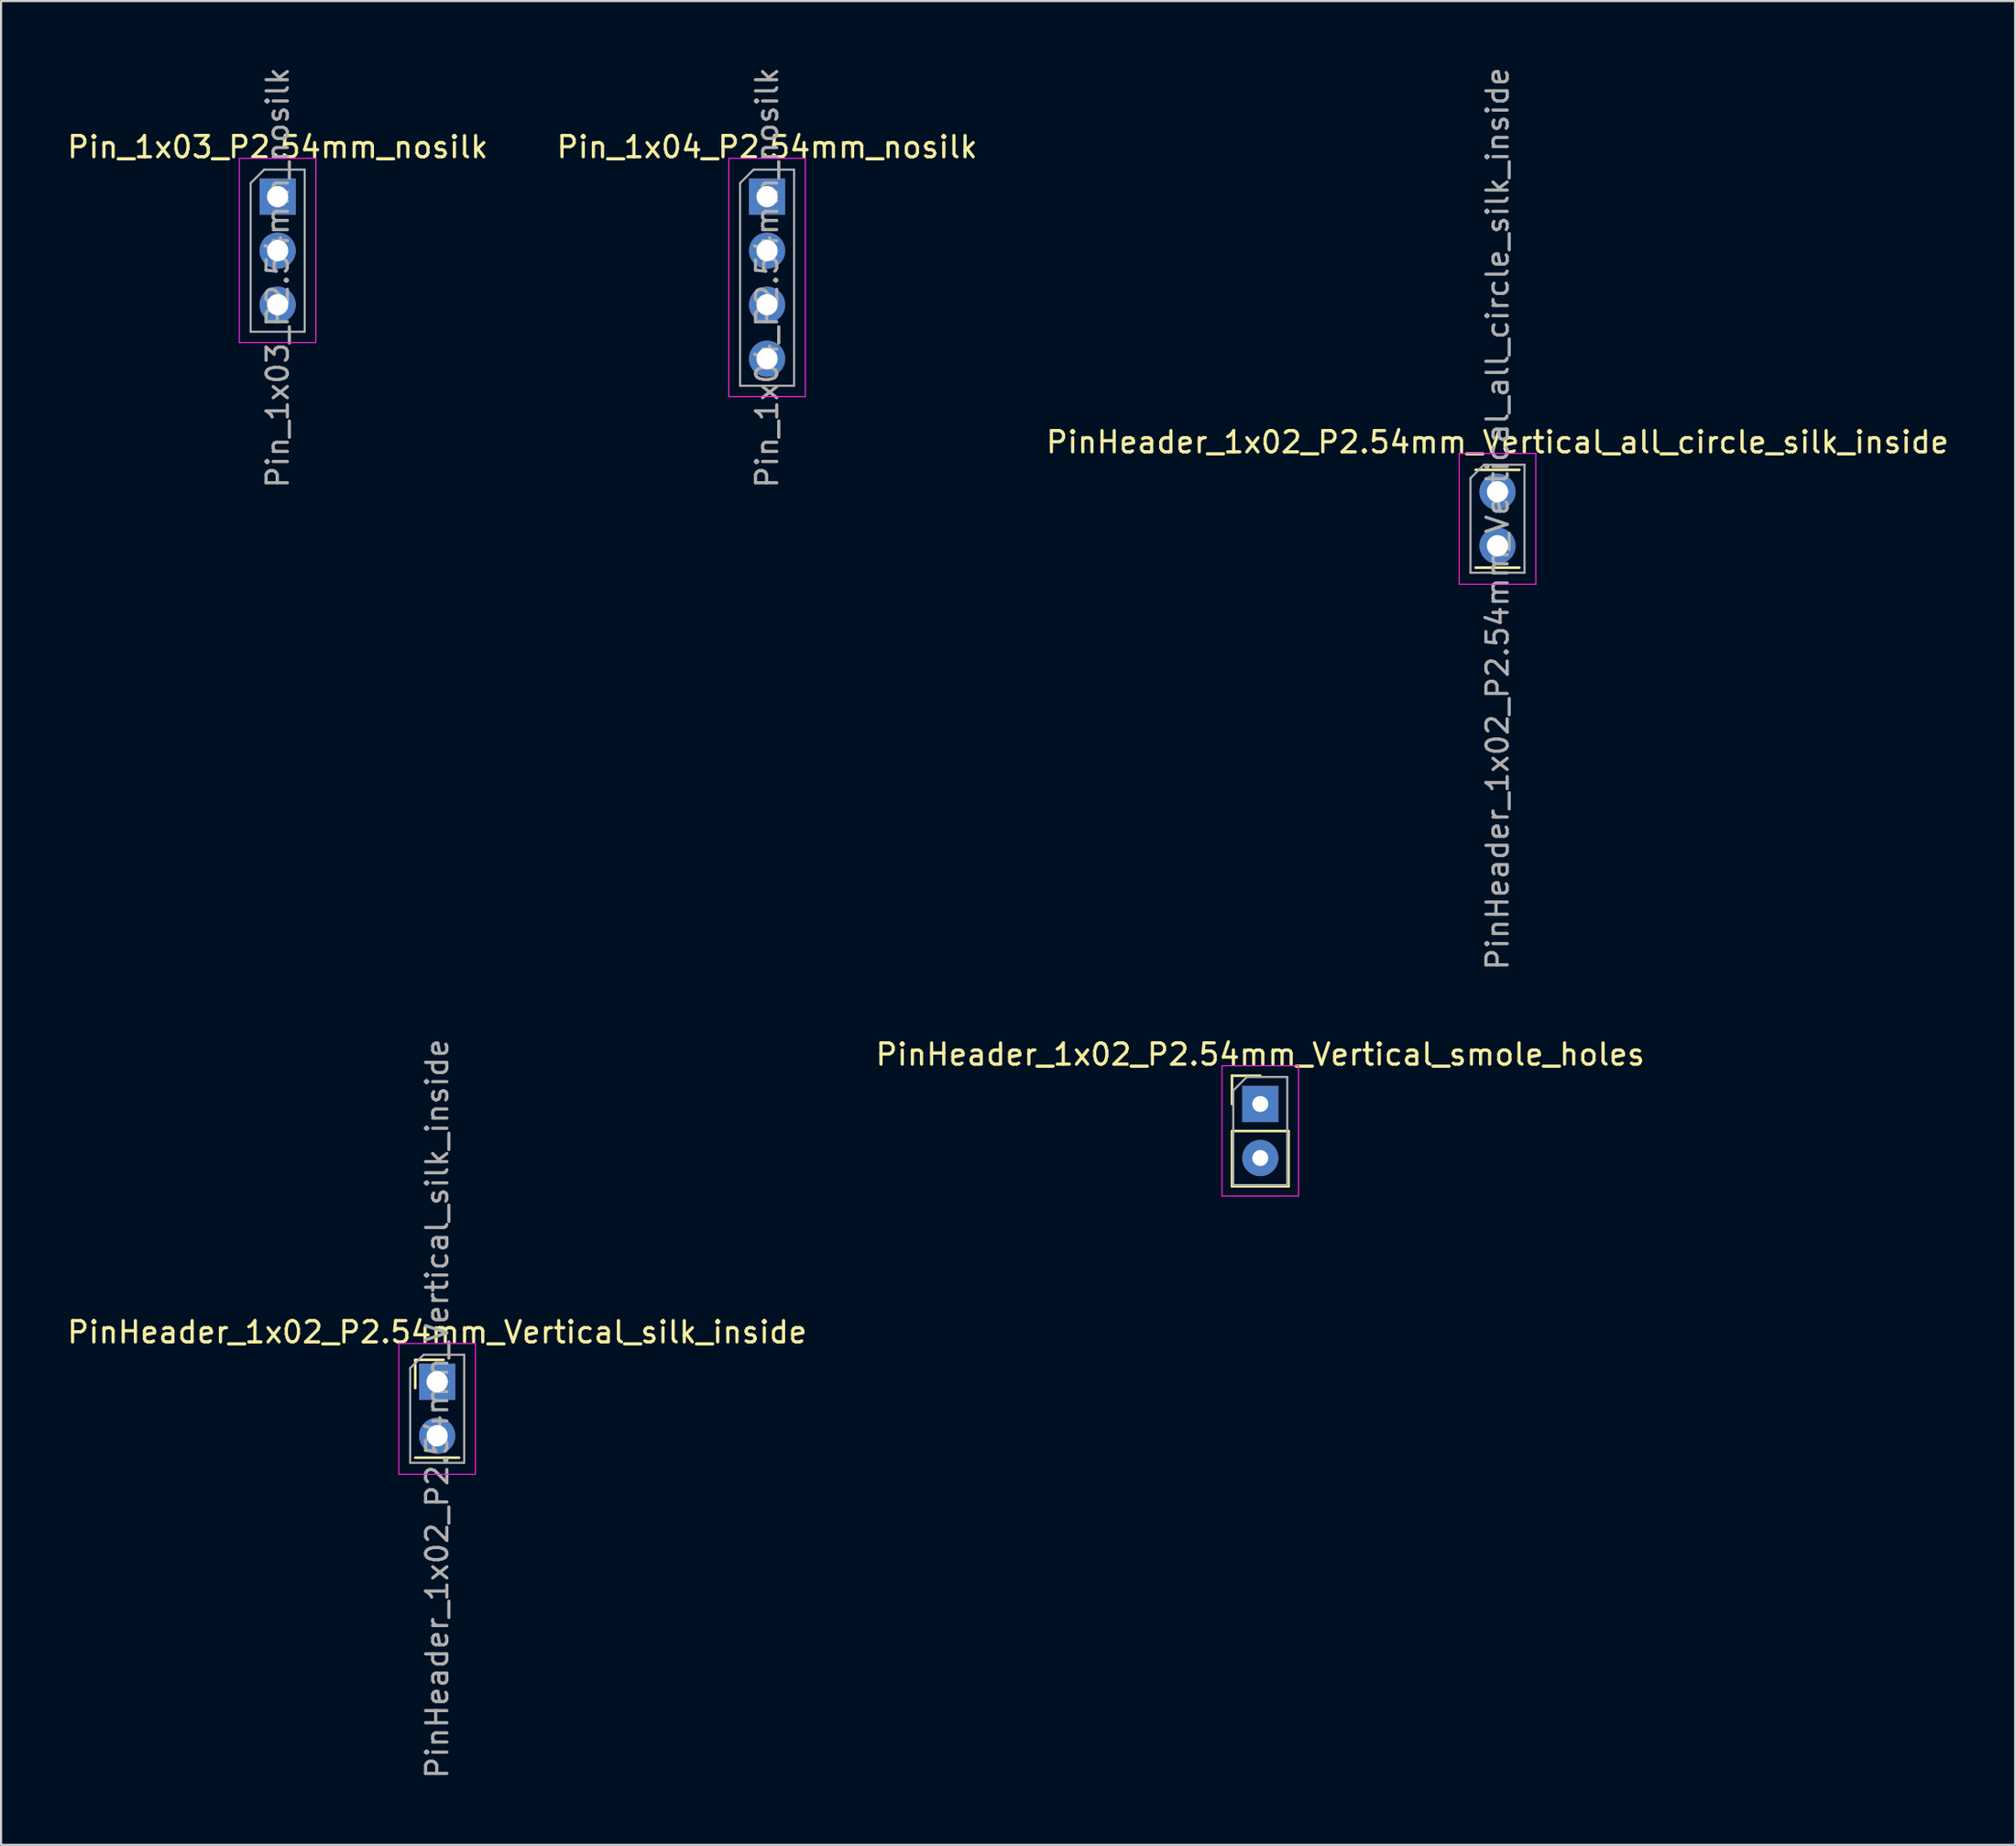
<source format=kicad_pcb>
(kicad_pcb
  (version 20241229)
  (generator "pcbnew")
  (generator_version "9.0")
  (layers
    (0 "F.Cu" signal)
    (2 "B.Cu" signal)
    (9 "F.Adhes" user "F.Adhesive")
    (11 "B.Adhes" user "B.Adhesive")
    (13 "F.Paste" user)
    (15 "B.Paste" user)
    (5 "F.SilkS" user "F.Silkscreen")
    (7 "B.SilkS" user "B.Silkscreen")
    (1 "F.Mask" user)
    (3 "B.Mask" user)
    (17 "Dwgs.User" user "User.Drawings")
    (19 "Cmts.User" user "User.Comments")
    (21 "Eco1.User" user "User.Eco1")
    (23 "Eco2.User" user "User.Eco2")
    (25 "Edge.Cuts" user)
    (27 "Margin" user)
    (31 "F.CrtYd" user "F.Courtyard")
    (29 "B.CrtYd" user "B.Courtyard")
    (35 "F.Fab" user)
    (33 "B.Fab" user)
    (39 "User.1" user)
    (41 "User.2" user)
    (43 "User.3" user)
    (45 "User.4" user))
  (footprint "Pin_1x04_P2.54mm_nosilk"
    (layer "F.Cu")
    (at 33.018 6.196)
    (property "Reference" "Pin_1x04_P2.54mm_nosilk" (at 0 -2.33 0) (layer "F.SilkS") (effects (font (size 1 1) (thickness 0.15))))
    (attr through_hole)
    (fp_line (start -1.8 -1.8) (end -1.8 9.4) (stroke (width 0.05) (type solid)) (layer "F.CrtYd"))
    (fp_line (start -1.8 9.4) (end 1.8 9.4) (stroke (width 0.05) (type solid)) (layer "F.CrtYd"))
    (fp_line (start 1.8 -1.8) (end -1.8 -1.8) (stroke (width 0.05) (type solid)) (layer "F.CrtYd"))
    (fp_line (start 1.8 9.4) (end 1.8 -1.8) (stroke (width 0.05) (type solid)) (layer "F.CrtYd"))
    (fp_line (start -1.27 -0.635) (end -0.635 -1.27) (stroke (width 0.1) (type solid)) (layer "F.Fab"))
    (fp_line (start -1.27 8.89) (end -1.27 -0.635) (stroke (width 0.1) (type solid)) (layer "F.Fab"))
    (fp_line (start -0.635 -1.27) (end 1.27 -1.27) (stroke (width 0.1) (type solid)) (layer "F.Fab"))
    (fp_line (start 1.27 -1.27) (end 1.27 8.89) (stroke (width 0.1) (type solid)) (layer "F.Fab"))
    (fp_line (start 1.27 8.89) (end -1.27 8.89) (stroke (width 0.1) (type solid)) (layer "F.Fab"))
    (fp_text user "${REFERENCE}" (at 0 3.81 90) (layer "F.Fab") (effects (font (size 1 1) (thickness 0.15))))
    (pad "1" thru_hole rect (at 0 0) (size 1.7 1.7) (drill 1) (layers "*.Cu" "*.Mask"))
    (pad "2" thru_hole oval (at 0 2.54) (size 1.7 1.7) (drill 1) (layers "*.Cu" "*.Mask"))
    (pad "3" thru_hole oval (at 0 5.08) (size 1.7 1.7) (drill 1) (layers "*.Cu" "*.Mask"))
    (pad "4" thru_hole oval (at 0 7.62) (size 1.7 1.7) (drill 1) (layers "*.Cu" "*.Mask")))
  (footprint "PinHeader_1x02_P2.54mm_Vertical_smole_holes"
    (layer "F.Cu")
    (at 56.208 48.857)
    (property "Reference" "PinHeader_1x02_P2.54mm_Vertical_smole_holes" (at 0 -2.33 0) (layer "F.SilkS") (effects (font (size 1 1) (thickness 0.15))))
    (attr through_hole)
    (fp_line (start -1.33 -1.33) (end 0 -1.33) (stroke (width 0.12) (type solid)) (layer "F.SilkS"))
    (fp_line (start -1.33 0) (end -1.33 -1.33) (stroke (width 0.12) (type solid)) (layer "F.SilkS"))
    (fp_line (start -1.33 1.27) (end -1.33 3.87) (stroke (width 0.12) (type solid)) (layer "F.SilkS"))
    (fp_line (start -1.33 1.27) (end 1.33 1.27) (stroke (width 0.12) (type solid)) (layer "F.SilkS"))
    (fp_line (start -1.33 3.87) (end 1.33 3.87) (stroke (width 0.12) (type solid)) (layer "F.SilkS"))
    (fp_line (start 1.33 1.27) (end 1.33 3.87) (stroke (width 0.12) (type solid)) (layer "F.SilkS"))
    (fp_line (start -1.8 -1.8) (end -1.8 4.33) (stroke (width 0.05) (type solid)) (layer "F.CrtYd"))
    (fp_line (start -1.8 4.33) (end 1.8 4.33) (stroke (width 0.05) (type solid)) (layer "F.CrtYd"))
    (fp_line (start 1.8 -1.8) (end -1.8 -1.8) (stroke (width 0.05) (type solid)) (layer "F.CrtYd"))
    (fp_line (start 1.8 4.33) (end 1.8 -1.8) (stroke (width 0.05) (type solid)) (layer "F.CrtYd"))
    (fp_line (start -1.27 -0.635) (end -0.635 -1.27) (stroke (width 0.1) (type solid)) (layer "F.Fab"))
    (fp_line (start -1.27 3.81) (end -1.27 -0.635) (stroke (width 0.1) (type solid)) (layer "F.Fab"))
    (fp_line (start -0.635 -1.27) (end 1.27 -1.27) (stroke (width 0.1) (type solid)) (layer "F.Fab"))
    (fp_line (start 1.27 -1.27) (end 1.27 3.81) (stroke (width 0.1) (type solid)) (layer "F.Fab"))
    (fp_line (start 1.27 3.81) (end -1.27 3.81) (stroke (width 0.1) (type solid)) (layer "F.Fab"))
    (pad "1" thru_hole rect (at 0 0) (size 1.7 1.7) (drill 0.75) (layers "*.Cu" "*.Mask"))
    (pad "2" thru_hole oval (at 0 2.54) (size 1.7 1.7) (drill 0.75) (layers "*.Cu" "*.Mask")))
  (footprint "Pin_1x03_P2.54mm_nosilk"
    (layer "F.Cu")
    (at 10.006 6.196)
    (property "Reference" "Pin_1x03_P2.54mm_nosilk" (at 0 -2.33 0) (layer "F.SilkS") (effects (font (size 1 1) (thickness 0.15))))
    (attr through_hole)
    (fp_line (start -1.8 -1.8) (end -1.8 6.86) (stroke (width 0.05) (type solid)) (layer "F.CrtYd"))
    (fp_line (start -1.8 6.86) (end 1.8 6.86) (stroke (width 0.05) (type solid)) (layer "F.CrtYd"))
    (fp_line (start 1.8 -1.8) (end -1.8 -1.8) (stroke (width 0.05) (type solid)) (layer "F.CrtYd"))
    (fp_line (start 1.8 6.86) (end 1.8 -1.8) (stroke (width 0.05) (type solid)) (layer "F.CrtYd"))
    (fp_line (start -1.27 -0.635) (end -0.635 -1.27) (stroke (width 0.1) (type solid)) (layer "F.Fab"))
    (fp_line (start -1.27 6.35) (end -1.27 -0.635) (stroke (width 0.1) (type solid)) (layer "F.Fab"))
    (fp_line (start -0.635 -1.27) (end 1.27 -1.27) (stroke (width 0.1) (type solid)) (layer "F.Fab"))
    (fp_line (start 1.27 -1.27) (end 1.27 6.35) (stroke (width 0.1) (type solid)) (layer "F.Fab"))
    (fp_line (start 1.27 6.35) (end -1.27 6.35) (stroke (width 0.1) (type solid)) (layer "F.Fab"))
    (fp_text user "${REFERENCE}" (at 0 3.81 90) (layer "F.Fab") (effects (font (size 1 1) (thickness 0.15))))
    (pad "1" thru_hole rect (at 0 0) (size 1.7 1.7) (drill 1) (layers "*.Cu" "*.Mask"))
    (pad "2" thru_hole oval (at 0 2.54) (size 1.7 1.7) (drill 1) (layers "*.Cu" "*.Mask"))
    (pad "3" thru_hole oval (at 0 5.08) (size 1.7 1.7) (drill 1) (layers "*.Cu" "*.Mask")))
  (footprint "PinHeader_1x02_P2.54mm_Vertical_all_circle_silk_inside"
    (layer "F.Cu")
    (at 67.363 20.069)
    (property "Reference" "PinHeader_1x02_P2.54mm_Vertical_all_circle_silk_inside" (at 0 -2.33 0) (layer "F.SilkS") (effects (font (size 1 1) (thickness 0.15))))
    (attr through_hole)
    (fp_line (start -1.03 -1.03) (end 1.03 -1.03) (stroke (width 0.12) (type solid)) (layer "F.SilkS"))
    (fp_line (start -1.03 3.57) (end 1.03 3.57) (stroke (width 0.12) (type solid)) (layer "F.SilkS"))
    (fp_line (start -1.8 -1.8) (end -1.8 4.35) (stroke (width 0.05) (type solid)) (layer "F.CrtYd"))
    (fp_line (start -1.8 4.35) (end 1.8 4.35) (stroke (width 0.05) (type solid)) (layer "F.CrtYd"))
    (fp_line (start 1.8 -1.8) (end -1.8 -1.8) (stroke (width 0.05) (type solid)) (layer "F.CrtYd"))
    (fp_line (start 1.8 4.35) (end 1.8 -1.8) (stroke (width 0.05) (type solid)) (layer "F.CrtYd"))
    (fp_line (start -1.27 -0.635) (end -0.635 -1.27) (stroke (width 0.1) (type solid)) (layer "F.Fab"))
    (fp_line (start -1.27 3.81) (end -1.27 -0.635) (stroke (width 0.1) (type solid)) (layer "F.Fab"))
    (fp_line (start -0.635 -1.27) (end 1.27 -1.27) (stroke (width 0.1) (type solid)) (layer "F.Fab"))
    (fp_line (start 1.27 -1.27) (end 1.27 3.81) (stroke (width 0.1) (type solid)) (layer "F.Fab"))
    (fp_line (start 1.27 3.81) (end -1.27 3.81) (stroke (width 0.1) (type solid)) (layer "F.Fab"))
    (fp_text user "${REFERENCE}" (at 0 1.27 90) (layer "F.Fab") (effects (font (size 1 1) (thickness 0.15))))
    (pad "1" thru_hole circle (at 0 0) (size 1.7 1.7) (drill 1) (layers "*.Cu" "*.Mask"))
    (pad "2" thru_hole oval (at 0 2.54) (size 1.7 1.7) (drill 1) (layers "*.Cu" "*.Mask")))
  (footprint "PinHeader_1x02_P2.54mm_Vertical_silk_inside"
    (layer "F.Cu")
    (at 17.506 61.915)
    (property "Reference" "PinHeader_1x02_P2.54mm_Vertical_silk_inside" (at 0 -2.33 0) (layer "F.SilkS") (effects (font (size 1 1) (thickness 0.15))))
    (attr through_hole)
    (fp_line (start -1.03 -1.03) (end 0.3 -1.03) (stroke (width 0.12) (type solid)) (layer "F.SilkS"))
    (fp_line (start -1.03 0.3) (end -1.03 -1.03) (stroke (width 0.12) (type solid)) (layer "F.SilkS"))
    (fp_line (start -1.03 3.57) (end 1.03 3.57) (stroke (width 0.12) (type solid)) (layer "F.SilkS"))
    (fp_line (start -1.8 -1.8) (end -1.8 4.35) (stroke (width 0.05) (type solid)) (layer "F.CrtYd"))
    (fp_line (start -1.8 4.35) (end 1.8 4.35) (stroke (width 0.05) (type solid)) (layer "F.CrtYd"))
    (fp_line (start 1.8 -1.8) (end -1.8 -1.8) (stroke (width 0.05) (type solid)) (layer "F.CrtYd"))
    (fp_line (start 1.8 4.35) (end 1.8 -1.8) (stroke (width 0.05) (type solid)) (layer "F.CrtYd"))
    (fp_line (start -1.27 -0.635) (end -0.635 -1.27) (stroke (width 0.1) (type solid)) (layer "F.Fab"))
    (fp_line (start -1.27 3.81) (end -1.27 -0.635) (stroke (width 0.1) (type solid)) (layer "F.Fab"))
    (fp_line (start -0.635 -1.27) (end 1.27 -1.27) (stroke (width 0.1) (type solid)) (layer "F.Fab"))
    (fp_line (start 1.27 -1.27) (end 1.27 3.81) (stroke (width 0.1) (type solid)) (layer "F.Fab"))
    (fp_line (start 1.27 3.81) (end -1.27 3.81) (stroke (width 0.1) (type solid)) (layer "F.Fab"))
    (fp_text user "${REFERENCE}" (at 0 1.27 90) (layer "F.Fab") (effects (font (size 1 1) (thickness 0.15))))
    (pad "1" thru_hole rect (at 0 0) (size 1.7 1.7) (drill 1) (layers "*.Cu" "*.Mask"))
    (pad "2" thru_hole oval (at 0 2.54) (size 1.7 1.7) (drill 1) (layers "*.Cu" "*.Mask")))
  (gr_rect
    (start -3 -3)
    (end 91.702 83.69)
    (stroke (width 0.1) (type default))
    (fill no)
    (layer "Edge.Cuts")))
</source>
